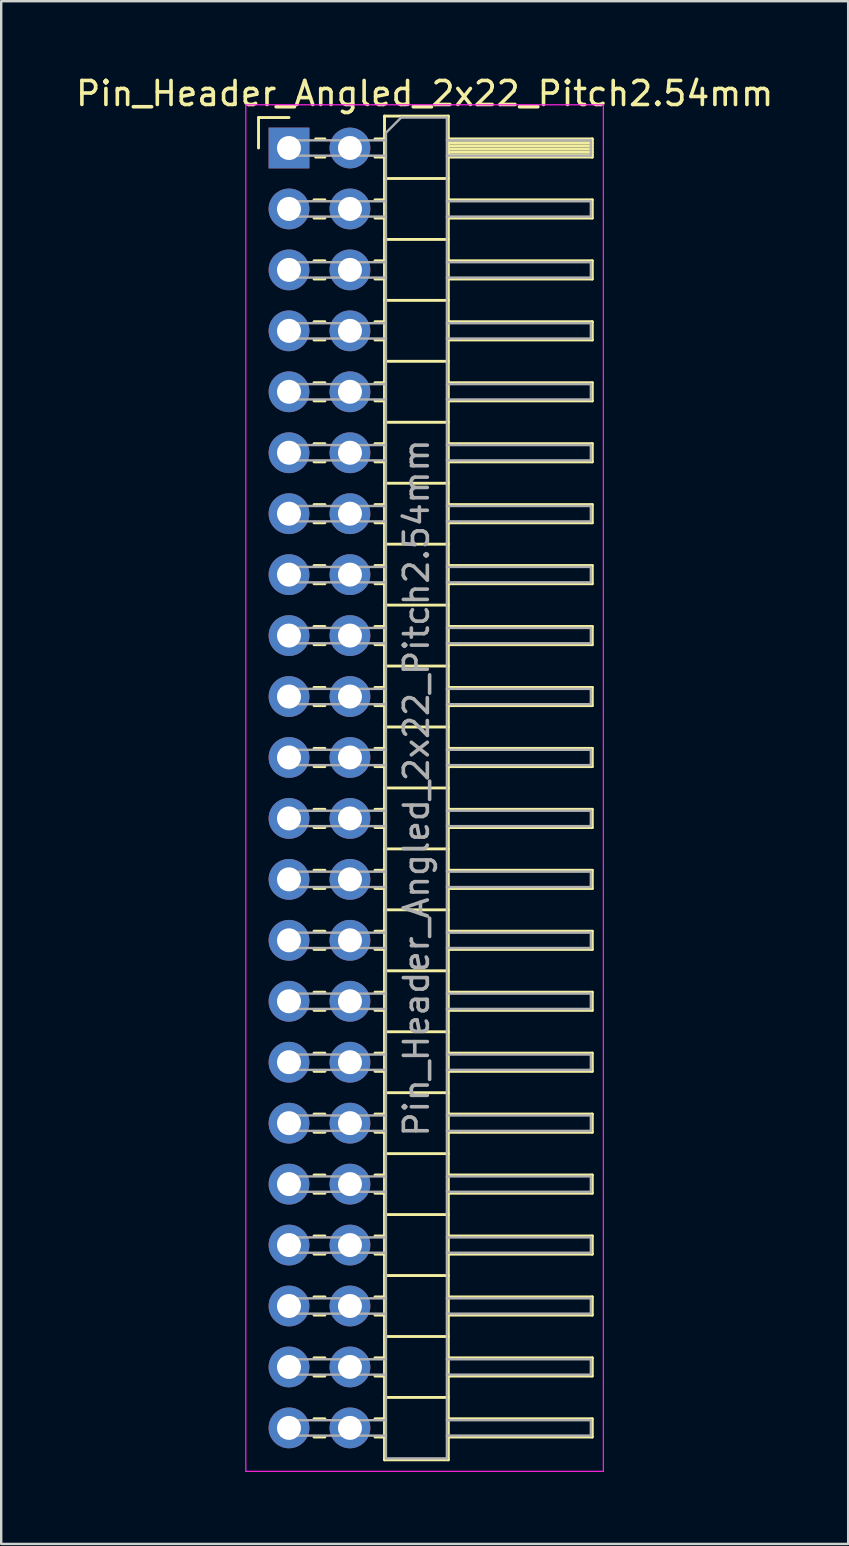
<source format=kicad_pcb>
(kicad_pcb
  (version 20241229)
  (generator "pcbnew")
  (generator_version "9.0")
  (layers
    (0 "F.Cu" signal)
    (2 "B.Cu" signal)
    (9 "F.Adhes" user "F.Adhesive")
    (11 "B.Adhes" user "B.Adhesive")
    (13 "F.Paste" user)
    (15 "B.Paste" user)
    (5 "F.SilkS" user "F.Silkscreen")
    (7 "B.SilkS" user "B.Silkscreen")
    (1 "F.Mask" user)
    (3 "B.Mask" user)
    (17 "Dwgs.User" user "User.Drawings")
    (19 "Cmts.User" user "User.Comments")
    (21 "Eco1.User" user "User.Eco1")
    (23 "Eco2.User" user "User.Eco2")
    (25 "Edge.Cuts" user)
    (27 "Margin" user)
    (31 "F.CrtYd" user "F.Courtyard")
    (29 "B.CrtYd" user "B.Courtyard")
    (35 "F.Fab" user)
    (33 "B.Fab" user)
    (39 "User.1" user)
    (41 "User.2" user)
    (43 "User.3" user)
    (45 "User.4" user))
  (footprint "Pin_Header_Angled_2x22_Pitch2.54mm"
    (layer "F.Cu")
    (at 8.994 3.118)
    (property "Reference" "Pin_Header_Angled_2x22_Pitch2.54mm" (at 5.655 -2.27 0) (layer "F.SilkS") (effects (font (size 1 1) (thickness 0.15))))
    (attr through_hole)
    (fp_line (start -1.27 -1.27) (end 0 -1.27) (stroke (width 0.12) (type solid)) (layer "F.SilkS"))
    (fp_line (start -1.27 0) (end -1.27 -1.27) (stroke (width 0.12) (type solid)) (layer "F.SilkS"))
    (fp_line (start 1.043 2.16) (end 1.497 2.16) (stroke (width 0.12) (type solid)) (layer "F.SilkS"))
    (fp_line (start 1.043 2.92) (end 1.497 2.92) (stroke (width 0.12) (type solid)) (layer "F.SilkS"))
    (fp_line (start 1.043 4.7) (end 1.497 4.7) (stroke (width 0.12) (type solid)) (layer "F.SilkS"))
    (fp_line (start 1.043 5.46) (end 1.497 5.46) (stroke (width 0.12) (type solid)) (layer "F.SilkS"))
    (fp_line (start 1.043 7.24) (end 1.497 7.24) (stroke (width 0.12) (type solid)) (layer "F.SilkS"))
    (fp_line (start 1.043 8) (end 1.497 8) (stroke (width 0.12) (type solid)) (layer "F.SilkS"))
    (fp_line (start 1.043 9.78) (end 1.497 9.78) (stroke (width 0.12) (type solid)) (layer "F.SilkS"))
    (fp_line (start 1.043 10.54) (end 1.497 10.54) (stroke (width 0.12) (type solid)) (layer "F.SilkS"))
    (fp_line (start 1.043 12.32) (end 1.497 12.32) (stroke (width 0.12) (type solid)) (layer "F.SilkS"))
    (fp_line (start 1.043 13.08) (end 1.497 13.08) (stroke (width 0.12) (type solid)) (layer "F.SilkS"))
    (fp_line (start 1.043 14.86) (end 1.497 14.86) (stroke (width 0.12) (type solid)) (layer "F.SilkS"))
    (fp_line (start 1.043 15.62) (end 1.497 15.62) (stroke (width 0.12) (type solid)) (layer "F.SilkS"))
    (fp_line (start 1.043 17.4) (end 1.497 17.4) (stroke (width 0.12) (type solid)) (layer "F.SilkS"))
    (fp_line (start 1.043 18.16) (end 1.497 18.16) (stroke (width 0.12) (type solid)) (layer "F.SilkS"))
    (fp_line (start 1.043 19.94) (end 1.497 19.94) (stroke (width 0.12) (type solid)) (layer "F.SilkS"))
    (fp_line (start 1.043 20.7) (end 1.497 20.7) (stroke (width 0.12) (type solid)) (layer "F.SilkS"))
    (fp_line (start 1.043 22.48) (end 1.497 22.48) (stroke (width 0.12) (type solid)) (layer "F.SilkS"))
    (fp_line (start 1.043 23.24) (end 1.497 23.24) (stroke (width 0.12) (type solid)) (layer "F.SilkS"))
    (fp_line (start 1.043 25.02) (end 1.497 25.02) (stroke (width 0.12) (type solid)) (layer "F.SilkS"))
    (fp_line (start 1.043 25.78) (end 1.497 25.78) (stroke (width 0.12) (type solid)) (layer "F.SilkS"))
    (fp_line (start 1.043 27.56) (end 1.497 27.56) (stroke (width 0.12) (type solid)) (layer "F.SilkS"))
    (fp_line (start 1.043 28.32) (end 1.497 28.32) (stroke (width 0.12) (type solid)) (layer "F.SilkS"))
    (fp_line (start 1.043 30.1) (end 1.497 30.1) (stroke (width 0.12) (type solid)) (layer "F.SilkS"))
    (fp_line (start 1.043 30.86) (end 1.497 30.86) (stroke (width 0.12) (type solid)) (layer "F.SilkS"))
    (fp_line (start 1.043 32.64) (end 1.497 32.64) (stroke (width 0.12) (type solid)) (layer "F.SilkS"))
    (fp_line (start 1.043 33.4) (end 1.497 33.4) (stroke (width 0.12) (type solid)) (layer "F.SilkS"))
    (fp_line (start 1.043 35.18) (end 1.497 35.18) (stroke (width 0.12) (type solid)) (layer "F.SilkS"))
    (fp_line (start 1.043 35.94) (end 1.497 35.94) (stroke (width 0.12) (type solid)) (layer "F.SilkS"))
    (fp_line (start 1.043 37.72) (end 1.497 37.72) (stroke (width 0.12) (type solid)) (layer "F.SilkS"))
    (fp_line (start 1.043 38.48) (end 1.497 38.48) (stroke (width 0.12) (type solid)) (layer "F.SilkS"))
    (fp_line (start 1.043 40.26) (end 1.497 40.26) (stroke (width 0.12) (type solid)) (layer "F.SilkS"))
    (fp_line (start 1.043 41.02) (end 1.497 41.02) (stroke (width 0.12) (type solid)) (layer "F.SilkS"))
    (fp_line (start 1.043 42.8) (end 1.497 42.8) (stroke (width 0.12) (type solid)) (layer "F.SilkS"))
    (fp_line (start 1.043 43.56) (end 1.497 43.56) (stroke (width 0.12) (type solid)) (layer "F.SilkS"))
    (fp_line (start 1.043 45.34) (end 1.497 45.34) (stroke (width 0.12) (type solid)) (layer "F.SilkS"))
    (fp_line (start 1.043 46.1) (end 1.497 46.1) (stroke (width 0.12) (type solid)) (layer "F.SilkS"))
    (fp_line (start 1.043 47.88) (end 1.497 47.88) (stroke (width 0.12) (type solid)) (layer "F.SilkS"))
    (fp_line (start 1.043 48.64) (end 1.497 48.64) (stroke (width 0.12) (type solid)) (layer "F.SilkS"))
    (fp_line (start 1.043 50.42) (end 1.497 50.42) (stroke (width 0.12) (type solid)) (layer "F.SilkS"))
    (fp_line (start 1.043 51.18) (end 1.497 51.18) (stroke (width 0.12) (type solid)) (layer "F.SilkS"))
    (fp_line (start 1.043 52.96) (end 1.497 52.96) (stroke (width 0.12) (type solid)) (layer "F.SilkS"))
    (fp_line (start 1.043 53.72) (end 1.497 53.72) (stroke (width 0.12) (type solid)) (layer "F.SilkS"))
    (fp_line (start 1.11 -0.38) (end 1.497 -0.38) (stroke (width 0.12) (type solid)) (layer "F.SilkS"))
    (fp_line (start 1.11 0.38) (end 1.497 0.38) (stroke (width 0.12) (type solid)) (layer "F.SilkS"))
    (fp_line (start 3.583 -0.38) (end 3.98 -0.38) (stroke (width 0.12) (type solid)) (layer "F.SilkS"))
    (fp_line (start 3.583 0.38) (end 3.98 0.38) (stroke (width 0.12) (type solid)) (layer "F.SilkS"))
    (fp_line (start 3.583 2.16) (end 3.98 2.16) (stroke (width 0.12) (type solid)) (layer "F.SilkS"))
    (fp_line (start 3.583 2.92) (end 3.98 2.92) (stroke (width 0.12) (type solid)) (layer "F.SilkS"))
    (fp_line (start 3.583 4.7) (end 3.98 4.7) (stroke (width 0.12) (type solid)) (layer "F.SilkS"))
    (fp_line (start 3.583 5.46) (end 3.98 5.46) (stroke (width 0.12) (type solid)) (layer "F.SilkS"))
    (fp_line (start 3.583 7.24) (end 3.98 7.24) (stroke (width 0.12) (type solid)) (layer "F.SilkS"))
    (fp_line (start 3.583 8) (end 3.98 8) (stroke (width 0.12) (type solid)) (layer "F.SilkS"))
    (fp_line (start 3.583 9.78) (end 3.98 9.78) (stroke (width 0.12) (type solid)) (layer "F.SilkS"))
    (fp_line (start 3.583 10.54) (end 3.98 10.54) (stroke (width 0.12) (type solid)) (layer "F.SilkS"))
    (fp_line (start 3.583 12.32) (end 3.98 12.32) (stroke (width 0.12) (type solid)) (layer "F.SilkS"))
    (fp_line (start 3.583 13.08) (end 3.98 13.08) (stroke (width 0.12) (type solid)) (layer "F.SilkS"))
    (fp_line (start 3.583 14.86) (end 3.98 14.86) (stroke (width 0.12) (type solid)) (layer "F.SilkS"))
    (fp_line (start 3.583 15.62) (end 3.98 15.62) (stroke (width 0.12) (type solid)) (layer "F.SilkS"))
    (fp_line (start 3.583 17.4) (end 3.98 17.4) (stroke (width 0.12) (type solid)) (layer "F.SilkS"))
    (fp_line (start 3.583 18.16) (end 3.98 18.16) (stroke (width 0.12) (type solid)) (layer "F.SilkS"))
    (fp_line (start 3.583 19.94) (end 3.98 19.94) (stroke (width 0.12) (type solid)) (layer "F.SilkS"))
    (fp_line (start 3.583 20.7) (end 3.98 20.7) (stroke (width 0.12) (type solid)) (layer "F.SilkS"))
    (fp_line (start 3.583 22.48) (end 3.98 22.48) (stroke (width 0.12) (type solid)) (layer "F.SilkS"))
    (fp_line (start 3.583 23.24) (end 3.98 23.24) (stroke (width 0.12) (type solid)) (layer "F.SilkS"))
    (fp_line (start 3.583 25.02) (end 3.98 25.02) (stroke (width 0.12) (type solid)) (layer "F.SilkS"))
    (fp_line (start 3.583 25.78) (end 3.98 25.78) (stroke (width 0.12) (type solid)) (layer "F.SilkS"))
    (fp_line (start 3.583 27.56) (end 3.98 27.56) (stroke (width 0.12) (type solid)) (layer "F.SilkS"))
    (fp_line (start 3.583 28.32) (end 3.98 28.32) (stroke (width 0.12) (type solid)) (layer "F.SilkS"))
    (fp_line (start 3.583 30.1) (end 3.98 30.1) (stroke (width 0.12) (type solid)) (layer "F.SilkS"))
    (fp_line (start 3.583 30.86) (end 3.98 30.86) (stroke (width 0.12) (type solid)) (layer "F.SilkS"))
    (fp_line (start 3.583 32.64) (end 3.98 32.64) (stroke (width 0.12) (type solid)) (layer "F.SilkS"))
    (fp_line (start 3.583 33.4) (end 3.98 33.4) (stroke (width 0.12) (type solid)) (layer "F.SilkS"))
    (fp_line (start 3.583 35.18) (end 3.98 35.18) (stroke (width 0.12) (type solid)) (layer "F.SilkS"))
    (fp_line (start 3.583 35.94) (end 3.98 35.94) (stroke (width 0.12) (type solid)) (layer "F.SilkS"))
    (fp_line (start 3.583 37.72) (end 3.98 37.72) (stroke (width 0.12) (type solid)) (layer "F.SilkS"))
    (fp_line (start 3.583 38.48) (end 3.98 38.48) (stroke (width 0.12) (type solid)) (layer "F.SilkS"))
    (fp_line (start 3.583 40.26) (end 3.98 40.26) (stroke (width 0.12) (type solid)) (layer "F.SilkS"))
    (fp_line (start 3.583 41.02) (end 3.98 41.02) (stroke (width 0.12) (type solid)) (layer "F.SilkS"))
    (fp_line (start 3.583 42.8) (end 3.98 42.8) (stroke (width 0.12) (type solid)) (layer "F.SilkS"))
    (fp_line (start 3.583 43.56) (end 3.98 43.56) (stroke (width 0.12) (type solid)) (layer "F.SilkS"))
    (fp_line (start 3.583 45.34) (end 3.98 45.34) (stroke (width 0.12) (type solid)) (layer "F.SilkS"))
    (fp_line (start 3.583 46.1) (end 3.98 46.1) (stroke (width 0.12) (type solid)) (layer "F.SilkS"))
    (fp_line (start 3.583 47.88) (end 3.98 47.88) (stroke (width 0.12) (type solid)) (layer "F.SilkS"))
    (fp_line (start 3.583 48.64) (end 3.98 48.64) (stroke (width 0.12) (type solid)) (layer "F.SilkS"))
    (fp_line (start 3.583 50.42) (end 3.98 50.42) (stroke (width 0.12) (type solid)) (layer "F.SilkS"))
    (fp_line (start 3.583 51.18) (end 3.98 51.18) (stroke (width 0.12) (type solid)) (layer "F.SilkS"))
    (fp_line (start 3.583 52.96) (end 3.98 52.96) (stroke (width 0.12) (type solid)) (layer "F.SilkS"))
    (fp_line (start 3.583 53.72) (end 3.98 53.72) (stroke (width 0.12) (type solid)) (layer "F.SilkS"))
    (fp_line (start 3.98 -1.33) (end 3.98 54.67) (stroke (width 0.12) (type solid)) (layer "F.SilkS"))
    (fp_line (start 3.98 1.27) (end 6.64 1.27) (stroke (width 0.12) (type solid)) (layer "F.SilkS"))
    (fp_line (start 3.98 3.81) (end 6.64 3.81) (stroke (width 0.12) (type solid)) (layer "F.SilkS"))
    (fp_line (start 3.98 6.35) (end 6.64 6.35) (stroke (width 0.12) (type solid)) (layer "F.SilkS"))
    (fp_line (start 3.98 8.89) (end 6.64 8.89) (stroke (width 0.12) (type solid)) (layer "F.SilkS"))
    (fp_line (start 3.98 11.43) (end 6.64 11.43) (stroke (width 0.12) (type solid)) (layer "F.SilkS"))
    (fp_line (start 3.98 13.97) (end 6.64 13.97) (stroke (width 0.12) (type solid)) (layer "F.SilkS"))
    (fp_line (start 3.98 16.51) (end 6.64 16.51) (stroke (width 0.12) (type solid)) (layer "F.SilkS"))
    (fp_line (start 3.98 19.05) (end 6.64 19.05) (stroke (width 0.12) (type solid)) (layer "F.SilkS"))
    (fp_line (start 3.98 21.59) (end 6.64 21.59) (stroke (width 0.12) (type solid)) (layer "F.SilkS"))
    (fp_line (start 3.98 24.13) (end 6.64 24.13) (stroke (width 0.12) (type solid)) (layer "F.SilkS"))
    (fp_line (start 3.98 26.67) (end 6.64 26.67) (stroke (width 0.12) (type solid)) (layer "F.SilkS"))
    (fp_line (start 3.98 29.21) (end 6.64 29.21) (stroke (width 0.12) (type solid)) (layer "F.SilkS"))
    (fp_line (start 3.98 31.75) (end 6.64 31.75) (stroke (width 0.12) (type solid)) (layer "F.SilkS"))
    (fp_line (start 3.98 34.29) (end 6.64 34.29) (stroke (width 0.12) (type solid)) (layer "F.SilkS"))
    (fp_line (start 3.98 36.83) (end 6.64 36.83) (stroke (width 0.12) (type solid)) (layer "F.SilkS"))
    (fp_line (start 3.98 39.37) (end 6.64 39.37) (stroke (width 0.12) (type solid)) (layer "F.SilkS"))
    (fp_line (start 3.98 41.91) (end 6.64 41.91) (stroke (width 0.12) (type solid)) (layer "F.SilkS"))
    (fp_line (start 3.98 44.45) (end 6.64 44.45) (stroke (width 0.12) (type solid)) (layer "F.SilkS"))
    (fp_line (start 3.98 46.99) (end 6.64 46.99) (stroke (width 0.12) (type solid)) (layer "F.SilkS"))
    (fp_line (start 3.98 49.53) (end 6.64 49.53) (stroke (width 0.12) (type solid)) (layer "F.SilkS"))
    (fp_line (start 3.98 52.07) (end 6.64 52.07) (stroke (width 0.12) (type solid)) (layer "F.SilkS"))
    (fp_line (start 3.98 54.67) (end 6.64 54.67) (stroke (width 0.12) (type solid)) (layer "F.SilkS"))
    (fp_line (start 6.64 -1.33) (end 3.98 -1.33) (stroke (width 0.12) (type solid)) (layer "F.SilkS"))
    (fp_line (start 6.64 -0.38) (end 12.64 -0.38) (stroke (width 0.12) (type solid)) (layer "F.SilkS"))
    (fp_line (start 6.64 -0.32) (end 12.64 -0.32) (stroke (width 0.12) (type solid)) (layer "F.SilkS"))
    (fp_line (start 6.64 -0.2) (end 12.64 -0.2) (stroke (width 0.12) (type solid)) (layer "F.SilkS"))
    (fp_line (start 6.64 -0.08) (end 12.64 -0.08) (stroke (width 0.12) (type solid)) (layer "F.SilkS"))
    (fp_line (start 6.64 0.04) (end 12.64 0.04) (stroke (width 0.12) (type solid)) (layer "F.SilkS"))
    (fp_line (start 6.64 0.16) (end 12.64 0.16) (stroke (width 0.12) (type solid)) (layer "F.SilkS"))
    (fp_line (start 6.64 0.28) (end 12.64 0.28) (stroke (width 0.12) (type solid)) (layer "F.SilkS"))
    (fp_line (start 6.64 2.16) (end 12.64 2.16) (stroke (width 0.12) (type solid)) (layer "F.SilkS"))
    (fp_line (start 6.64 4.7) (end 12.64 4.7) (stroke (width 0.12) (type solid)) (layer "F.SilkS"))
    (fp_line (start 6.64 7.24) (end 12.64 7.24) (stroke (width 0.12) (type solid)) (layer "F.SilkS"))
    (fp_line (start 6.64 9.78) (end 12.64 9.78) (stroke (width 0.12) (type solid)) (layer "F.SilkS"))
    (fp_line (start 6.64 12.32) (end 12.64 12.32) (stroke (width 0.12) (type solid)) (layer "F.SilkS"))
    (fp_line (start 6.64 14.86) (end 12.64 14.86) (stroke (width 0.12) (type solid)) (layer "F.SilkS"))
    (fp_line (start 6.64 17.4) (end 12.64 17.4) (stroke (width 0.12) (type solid)) (layer "F.SilkS"))
    (fp_line (start 6.64 19.94) (end 12.64 19.94) (stroke (width 0.12) (type solid)) (layer "F.SilkS"))
    (fp_line (start 6.64 22.48) (end 12.64 22.48) (stroke (width 0.12) (type solid)) (layer "F.SilkS"))
    (fp_line (start 6.64 25.02) (end 12.64 25.02) (stroke (width 0.12) (type solid)) (layer "F.SilkS"))
    (fp_line (start 6.64 27.56) (end 12.64 27.56) (stroke (width 0.12) (type solid)) (layer "F.SilkS"))
    (fp_line (start 6.64 30.1) (end 12.64 30.1) (stroke (width 0.12) (type solid)) (layer "F.SilkS"))
    (fp_line (start 6.64 32.64) (end 12.64 32.64) (stroke (width 0.12) (type solid)) (layer "F.SilkS"))
    (fp_line (start 6.64 35.18) (end 12.64 35.18) (stroke (width 0.12) (type solid)) (layer "F.SilkS"))
    (fp_line (start 6.64 37.72) (end 12.64 37.72) (stroke (width 0.12) (type solid)) (layer "F.SilkS"))
    (fp_line (start 6.64 40.26) (end 12.64 40.26) (stroke (width 0.12) (type solid)) (layer "F.SilkS"))
    (fp_line (start 6.64 42.8) (end 12.64 42.8) (stroke (width 0.12) (type solid)) (layer "F.SilkS"))
    (fp_line (start 6.64 45.34) (end 12.64 45.34) (stroke (width 0.12) (type solid)) (layer "F.SilkS"))
    (fp_line (start 6.64 47.88) (end 12.64 47.88) (stroke (width 0.12) (type solid)) (layer "F.SilkS"))
    (fp_line (start 6.64 50.42) (end 12.64 50.42) (stroke (width 0.12) (type solid)) (layer "F.SilkS"))
    (fp_line (start 6.64 52.96) (end 12.64 52.96) (stroke (width 0.12) (type solid)) (layer "F.SilkS"))
    (fp_line (start 6.64 54.67) (end 6.64 -1.33) (stroke (width 0.12) (type solid)) (layer "F.SilkS"))
    (fp_line (start 12.64 -0.38) (end 12.64 0.38) (stroke (width 0.12) (type solid)) (layer "F.SilkS"))
    (fp_line (start 12.64 0.38) (end 6.64 0.38) (stroke (width 0.12) (type solid)) (layer "F.SilkS"))
    (fp_line (start 12.64 2.16) (end 12.64 2.92) (stroke (width 0.12) (type solid)) (layer "F.SilkS"))
    (fp_line (start 12.64 2.92) (end 6.64 2.92) (stroke (width 0.12) (type solid)) (layer "F.SilkS"))
    (fp_line (start 12.64 4.7) (end 12.64 5.46) (stroke (width 0.12) (type solid)) (layer "F.SilkS"))
    (fp_line (start 12.64 5.46) (end 6.64 5.46) (stroke (width 0.12) (type solid)) (layer "F.SilkS"))
    (fp_line (start 12.64 7.24) (end 12.64 8) (stroke (width 0.12) (type solid)) (layer "F.SilkS"))
    (fp_line (start 12.64 8) (end 6.64 8) (stroke (width 0.12) (type solid)) (layer "F.SilkS"))
    (fp_line (start 12.64 9.78) (end 12.64 10.54) (stroke (width 0.12) (type solid)) (layer "F.SilkS"))
    (fp_line (start 12.64 10.54) (end 6.64 10.54) (stroke (width 0.12) (type solid)) (layer "F.SilkS"))
    (fp_line (start 12.64 12.32) (end 12.64 13.08) (stroke (width 0.12) (type solid)) (layer "F.SilkS"))
    (fp_line (start 12.64 13.08) (end 6.64 13.08) (stroke (width 0.12) (type solid)) (layer "F.SilkS"))
    (fp_line (start 12.64 14.86) (end 12.64 15.62) (stroke (width 0.12) (type solid)) (layer "F.SilkS"))
    (fp_line (start 12.64 15.62) (end 6.64 15.62) (stroke (width 0.12) (type solid)) (layer "F.SilkS"))
    (fp_line (start 12.64 17.4) (end 12.64 18.16) (stroke (width 0.12) (type solid)) (layer "F.SilkS"))
    (fp_line (start 12.64 18.16) (end 6.64 18.16) (stroke (width 0.12) (type solid)) (layer "F.SilkS"))
    (fp_line (start 12.64 19.94) (end 12.64 20.7) (stroke (width 0.12) (type solid)) (layer "F.SilkS"))
    (fp_line (start 12.64 20.7) (end 6.64 20.7) (stroke (width 0.12) (type solid)) (layer "F.SilkS"))
    (fp_line (start 12.64 22.48) (end 12.64 23.24) (stroke (width 0.12) (type solid)) (layer "F.SilkS"))
    (fp_line (start 12.64 23.24) (end 6.64 23.24) (stroke (width 0.12) (type solid)) (layer "F.SilkS"))
    (fp_line (start 12.64 25.02) (end 12.64 25.78) (stroke (width 0.12) (type solid)) (layer "F.SilkS"))
    (fp_line (start 12.64 25.78) (end 6.64 25.78) (stroke (width 0.12) (type solid)) (layer "F.SilkS"))
    (fp_line (start 12.64 27.56) (end 12.64 28.32) (stroke (width 0.12) (type solid)) (layer "F.SilkS"))
    (fp_line (start 12.64 28.32) (end 6.64 28.32) (stroke (width 0.12) (type solid)) (layer "F.SilkS"))
    (fp_line (start 12.64 30.1) (end 12.64 30.86) (stroke (width 0.12) (type solid)) (layer "F.SilkS"))
    (fp_line (start 12.64 30.86) (end 6.64 30.86) (stroke (width 0.12) (type solid)) (layer "F.SilkS"))
    (fp_line (start 12.64 32.64) (end 12.64 33.4) (stroke (width 0.12) (type solid)) (layer "F.SilkS"))
    (fp_line (start 12.64 33.4) (end 6.64 33.4) (stroke (width 0.12) (type solid)) (layer "F.SilkS"))
    (fp_line (start 12.64 35.18) (end 12.64 35.94) (stroke (width 0.12) (type solid)) (layer "F.SilkS"))
    (fp_line (start 12.64 35.94) (end 6.64 35.94) (stroke (width 0.12) (type solid)) (layer "F.SilkS"))
    (fp_line (start 12.64 37.72) (end 12.64 38.48) (stroke (width 0.12) (type solid)) (layer "F.SilkS"))
    (fp_line (start 12.64 38.48) (end 6.64 38.48) (stroke (width 0.12) (type solid)) (layer "F.SilkS"))
    (fp_line (start 12.64 40.26) (end 12.64 41.02) (stroke (width 0.12) (type solid)) (layer "F.SilkS"))
    (fp_line (start 12.64 41.02) (end 6.64 41.02) (stroke (width 0.12) (type solid)) (layer "F.SilkS"))
    (fp_line (start 12.64 42.8) (end 12.64 43.56) (stroke (width 0.12) (type solid)) (layer "F.SilkS"))
    (fp_line (start 12.64 43.56) (end 6.64 43.56) (stroke (width 0.12) (type solid)) (layer "F.SilkS"))
    (fp_line (start 12.64 45.34) (end 12.64 46.1) (stroke (width 0.12) (type solid)) (layer "F.SilkS"))
    (fp_line (start 12.64 46.1) (end 6.64 46.1) (stroke (width 0.12) (type solid)) (layer "F.SilkS"))
    (fp_line (start 12.64 47.88) (end 12.64 48.64) (stroke (width 0.12) (type solid)) (layer "F.SilkS"))
    (fp_line (start 12.64 48.64) (end 6.64 48.64) (stroke (width 0.12) (type solid)) (layer "F.SilkS"))
    (fp_line (start 12.64 50.42) (end 12.64 51.18) (stroke (width 0.12) (type solid)) (layer "F.SilkS"))
    (fp_line (start 12.64 51.18) (end 6.64 51.18) (stroke (width 0.12) (type solid)) (layer "F.SilkS"))
    (fp_line (start 12.64 52.96) (end 12.64 53.72) (stroke (width 0.12) (type solid)) (layer "F.SilkS"))
    (fp_line (start 12.64 53.72) (end 6.64 53.72) (stroke (width 0.12) (type solid)) (layer "F.SilkS"))
    (fp_line (start -1.8 -1.8) (end -1.8 55.15) (stroke (width 0.05) (type solid)) (layer "F.CrtYd"))
    (fp_line (start -1.8 55.15) (end 13.1 55.15) (stroke (width 0.05) (type solid)) (layer "F.CrtYd"))
    (fp_line (start 13.1 -1.8) (end -1.8 -1.8) (stroke (width 0.05) (type solid)) (layer "F.CrtYd"))
    (fp_line (start 13.1 55.15) (end 13.1 -1.8) (stroke (width 0.05) (type solid)) (layer "F.CrtYd"))
    (fp_line (start -0.32 -0.32) (end -0.32 0.32) (stroke (width 0.1) (type solid)) (layer "F.Fab"))
    (fp_line (start -0.32 -0.32) (end 4.04 -0.32) (stroke (width 0.1) (type solid)) (layer "F.Fab"))
    (fp_line (start -0.32 0.32) (end 4.04 0.32) (stroke (width 0.1) (type solid)) (layer "F.Fab"))
    (fp_line (start -0.32 2.22) (end -0.32 2.86) (stroke (width 0.1) (type solid)) (layer "F.Fab"))
    (fp_line (start -0.32 2.22) (end 4.04 2.22) (stroke (width 0.1) (type solid)) (layer "F.Fab"))
    (fp_line (start -0.32 2.86) (end 4.04 2.86) (stroke (width 0.1) (type solid)) (layer "F.Fab"))
    (fp_line (start -0.32 4.76) (end -0.32 5.4) (stroke (width 0.1) (type solid)) (layer "F.Fab"))
    (fp_line (start -0.32 4.76) (end 4.04 4.76) (stroke (width 0.1) (type solid)) (layer "F.Fab"))
    (fp_line (start -0.32 5.4) (end 4.04 5.4) (stroke (width 0.1) (type solid)) (layer "F.Fab"))
    (fp_line (start -0.32 7.3) (end -0.32 7.94) (stroke (width 0.1) (type solid)) (layer "F.Fab"))
    (fp_line (start -0.32 7.3) (end 4.04 7.3) (stroke (width 0.1) (type solid)) (layer "F.Fab"))
    (fp_line (start -0.32 7.94) (end 4.04 7.94) (stroke (width 0.1) (type solid)) (layer "F.Fab"))
    (fp_line (start -0.32 9.84) (end -0.32 10.48) (stroke (width 0.1) (type solid)) (layer "F.Fab"))
    (fp_line (start -0.32 9.84) (end 4.04 9.84) (stroke (width 0.1) (type solid)) (layer "F.Fab"))
    (fp_line (start -0.32 10.48) (end 4.04 10.48) (stroke (width 0.1) (type solid)) (layer "F.Fab"))
    (fp_line (start -0.32 12.38) (end -0.32 13.02) (stroke (width 0.1) (type solid)) (layer "F.Fab"))
    (fp_line (start -0.32 12.38) (end 4.04 12.38) (stroke (width 0.1) (type solid)) (layer "F.Fab"))
    (fp_line (start -0.32 13.02) (end 4.04 13.02) (stroke (width 0.1) (type solid)) (layer "F.Fab"))
    (fp_line (start -0.32 14.92) (end -0.32 15.56) (stroke (width 0.1) (type solid)) (layer "F.Fab"))
    (fp_line (start -0.32 14.92) (end 4.04 14.92) (stroke (width 0.1) (type solid)) (layer "F.Fab"))
    (fp_line (start -0.32 15.56) (end 4.04 15.56) (stroke (width 0.1) (type solid)) (layer "F.Fab"))
    (fp_line (start -0.32 17.46) (end -0.32 18.1) (stroke (width 0.1) (type solid)) (layer "F.Fab"))
    (fp_line (start -0.32 17.46) (end 4.04 17.46) (stroke (width 0.1) (type solid)) (layer "F.Fab"))
    (fp_line (start -0.32 18.1) (end 4.04 18.1) (stroke (width 0.1) (type solid)) (layer "F.Fab"))
    (fp_line (start -0.32 20) (end -0.32 20.64) (stroke (width 0.1) (type solid)) (layer "F.Fab"))
    (fp_line (start -0.32 20) (end 4.04 20) (stroke (width 0.1) (type solid)) (layer "F.Fab"))
    (fp_line (start -0.32 20.64) (end 4.04 20.64) (stroke (width 0.1) (type solid)) (layer "F.Fab"))
    (fp_line (start -0.32 22.54) (end -0.32 23.18) (stroke (width 0.1) (type solid)) (layer "F.Fab"))
    (fp_line (start -0.32 22.54) (end 4.04 22.54) (stroke (width 0.1) (type solid)) (layer "F.Fab"))
    (fp_line (start -0.32 23.18) (end 4.04 23.18) (stroke (width 0.1) (type solid)) (layer "F.Fab"))
    (fp_line (start -0.32 25.08) (end -0.32 25.72) (stroke (width 0.1) (type solid)) (layer "F.Fab"))
    (fp_line (start -0.32 25.08) (end 4.04 25.08) (stroke (width 0.1) (type solid)) (layer "F.Fab"))
    (fp_line (start -0.32 25.72) (end 4.04 25.72) (stroke (width 0.1) (type solid)) (layer "F.Fab"))
    (fp_line (start -0.32 27.62) (end -0.32 28.26) (stroke (width 0.1) (type solid)) (layer "F.Fab"))
    (fp_line (start -0.32 27.62) (end 4.04 27.62) (stroke (width 0.1) (type solid)) (layer "F.Fab"))
    (fp_line (start -0.32 28.26) (end 4.04 28.26) (stroke (width 0.1) (type solid)) (layer "F.Fab"))
    (fp_line (start -0.32 30.16) (end -0.32 30.8) (stroke (width 0.1) (type solid)) (layer "F.Fab"))
    (fp_line (start -0.32 30.16) (end 4.04 30.16) (stroke (width 0.1) (type solid)) (layer "F.Fab"))
    (fp_line (start -0.32 30.8) (end 4.04 30.8) (stroke (width 0.1) (type solid)) (layer "F.Fab"))
    (fp_line (start -0.32 32.7) (end -0.32 33.34) (stroke (width 0.1) (type solid)) (layer "F.Fab"))
    (fp_line (start -0.32 32.7) (end 4.04 32.7) (stroke (width 0.1) (type solid)) (layer "F.Fab"))
    (fp_line (start -0.32 33.34) (end 4.04 33.34) (stroke (width 0.1) (type solid)) (layer "F.Fab"))
    (fp_line (start -0.32 35.24) (end -0.32 35.88) (stroke (width 0.1) (type solid)) (layer "F.Fab"))
    (fp_line (start -0.32 35.24) (end 4.04 35.24) (stroke (width 0.1) (type solid)) (layer "F.Fab"))
    (fp_line (start -0.32 35.88) (end 4.04 35.88) (stroke (width 0.1) (type solid)) (layer "F.Fab"))
    (fp_line (start -0.32 37.78) (end -0.32 38.42) (stroke (width 0.1) (type solid)) (layer "F.Fab"))
    (fp_line (start -0.32 37.78) (end 4.04 37.78) (stroke (width 0.1) (type solid)) (layer "F.Fab"))
    (fp_line (start -0.32 38.42) (end 4.04 38.42) (stroke (width 0.1) (type solid)) (layer "F.Fab"))
    (fp_line (start -0.32 40.32) (end -0.32 40.96) (stroke (width 0.1) (type solid)) (layer "F.Fab"))
    (fp_line (start -0.32 40.32) (end 4.04 40.32) (stroke (width 0.1) (type solid)) (layer "F.Fab"))
    (fp_line (start -0.32 40.96) (end 4.04 40.96) (stroke (width 0.1) (type solid)) (layer "F.Fab"))
    (fp_line (start -0.32 42.86) (end -0.32 43.5) (stroke (width 0.1) (type solid)) (layer "F.Fab"))
    (fp_line (start -0.32 42.86) (end 4.04 42.86) (stroke (width 0.1) (type solid)) (layer "F.Fab"))
    (fp_line (start -0.32 43.5) (end 4.04 43.5) (stroke (width 0.1) (type solid)) (layer "F.Fab"))
    (fp_line (start -0.32 45.4) (end -0.32 46.04) (stroke (width 0.1) (type solid)) (layer "F.Fab"))
    (fp_line (start -0.32 45.4) (end 4.04 45.4) (stroke (width 0.1) (type solid)) (layer "F.Fab"))
    (fp_line (start -0.32 46.04) (end 4.04 46.04) (stroke (width 0.1) (type solid)) (layer "F.Fab"))
    (fp_line (start -0.32 47.94) (end -0.32 48.58) (stroke (width 0.1) (type solid)) (layer "F.Fab"))
    (fp_line (start -0.32 47.94) (end 4.04 47.94) (stroke (width 0.1) (type solid)) (layer "F.Fab"))
    (fp_line (start -0.32 48.58) (end 4.04 48.58) (stroke (width 0.1) (type solid)) (layer "F.Fab"))
    (fp_line (start -0.32 50.48) (end -0.32 51.12) (stroke (width 0.1) (type solid)) (layer "F.Fab"))
    (fp_line (start -0.32 50.48) (end 4.04 50.48) (stroke (width 0.1) (type solid)) (layer "F.Fab"))
    (fp_line (start -0.32 51.12) (end 4.04 51.12) (stroke (width 0.1) (type solid)) (layer "F.Fab"))
    (fp_line (start -0.32 53.02) (end -0.32 53.66) (stroke (width 0.1) (type solid)) (layer "F.Fab"))
    (fp_line (start -0.32 53.02) (end 4.04 53.02) (stroke (width 0.1) (type solid)) (layer "F.Fab"))
    (fp_line (start -0.32 53.66) (end 4.04 53.66) (stroke (width 0.1) (type solid)) (layer "F.Fab"))
    (fp_line (start 4.04 -0.635) (end 4.675 -1.27) (stroke (width 0.1) (type solid)) (layer "F.Fab"))
    (fp_line (start 4.04 54.61) (end 4.04 -0.635) (stroke (width 0.1) (type solid)) (layer "F.Fab"))
    (fp_line (start 4.675 -1.27) (end 6.58 -1.27) (stroke (width 0.1) (type solid)) (layer "F.Fab"))
    (fp_line (start 6.58 -1.27) (end 6.58 54.61) (stroke (width 0.1) (type solid)) (layer "F.Fab"))
    (fp_line (start 6.58 -0.32) (end 12.58 -0.32) (stroke (width 0.1) (type solid)) (layer "F.Fab"))
    (fp_line (start 6.58 0.32) (end 12.58 0.32) (stroke (width 0.1) (type solid)) (layer "F.Fab"))
    (fp_line (start 6.58 2.22) (end 12.58 2.22) (stroke (width 0.1) (type solid)) (layer "F.Fab"))
    (fp_line (start 6.58 2.86) (end 12.58 2.86) (stroke (width 0.1) (type solid)) (layer "F.Fab"))
    (fp_line (start 6.58 4.76) (end 12.58 4.76) (stroke (width 0.1) (type solid)) (layer "F.Fab"))
    (fp_line (start 6.58 5.4) (end 12.58 5.4) (stroke (width 0.1) (type solid)) (layer "F.Fab"))
    (fp_line (start 6.58 7.3) (end 12.58 7.3) (stroke (width 0.1) (type solid)) (layer "F.Fab"))
    (fp_line (start 6.58 7.94) (end 12.58 7.94) (stroke (width 0.1) (type solid)) (layer "F.Fab"))
    (fp_line (start 6.58 9.84) (end 12.58 9.84) (stroke (width 0.1) (type solid)) (layer "F.Fab"))
    (fp_line (start 6.58 10.48) (end 12.58 10.48) (stroke (width 0.1) (type solid)) (layer "F.Fab"))
    (fp_line (start 6.58 12.38) (end 12.58 12.38) (stroke (width 0.1) (type solid)) (layer "F.Fab"))
    (fp_line (start 6.58 13.02) (end 12.58 13.02) (stroke (width 0.1) (type solid)) (layer "F.Fab"))
    (fp_line (start 6.58 14.92) (end 12.58 14.92) (stroke (width 0.1) (type solid)) (layer "F.Fab"))
    (fp_line (start 6.58 15.56) (end 12.58 15.56) (stroke (width 0.1) (type solid)) (layer "F.Fab"))
    (fp_line (start 6.58 17.46) (end 12.58 17.46) (stroke (width 0.1) (type solid)) (layer "F.Fab"))
    (fp_line (start 6.58 18.1) (end 12.58 18.1) (stroke (width 0.1) (type solid)) (layer "F.Fab"))
    (fp_line (start 6.58 20) (end 12.58 20) (stroke (width 0.1) (type solid)) (layer "F.Fab"))
    (fp_line (start 6.58 20.64) (end 12.58 20.64) (stroke (width 0.1) (type solid)) (layer "F.Fab"))
    (fp_line (start 6.58 22.54) (end 12.58 22.54) (stroke (width 0.1) (type solid)) (layer "F.Fab"))
    (fp_line (start 6.58 23.18) (end 12.58 23.18) (stroke (width 0.1) (type solid)) (layer "F.Fab"))
    (fp_line (start 6.58 25.08) (end 12.58 25.08) (stroke (width 0.1) (type solid)) (layer "F.Fab"))
    (fp_line (start 6.58 25.72) (end 12.58 25.72) (stroke (width 0.1) (type solid)) (layer "F.Fab"))
    (fp_line (start 6.58 27.62) (end 12.58 27.62) (stroke (width 0.1) (type solid)) (layer "F.Fab"))
    (fp_line (start 6.58 28.26) (end 12.58 28.26) (stroke (width 0.1) (type solid)) (layer "F.Fab"))
    (fp_line (start 6.58 30.16) (end 12.58 30.16) (stroke (width 0.1) (type solid)) (layer "F.Fab"))
    (fp_line (start 6.58 30.8) (end 12.58 30.8) (stroke (width 0.1) (type solid)) (layer "F.Fab"))
    (fp_line (start 6.58 32.7) (end 12.58 32.7) (stroke (width 0.1) (type solid)) (layer "F.Fab"))
    (fp_line (start 6.58 33.34) (end 12.58 33.34) (stroke (width 0.1) (type solid)) (layer "F.Fab"))
    (fp_line (start 6.58 35.24) (end 12.58 35.24) (stroke (width 0.1) (type solid)) (layer "F.Fab"))
    (fp_line (start 6.58 35.88) (end 12.58 35.88) (stroke (width 0.1) (type solid)) (layer "F.Fab"))
    (fp_line (start 6.58 37.78) (end 12.58 37.78) (stroke (width 0.1) (type solid)) (layer "F.Fab"))
    (fp_line (start 6.58 38.42) (end 12.58 38.42) (stroke (width 0.1) (type solid)) (layer "F.Fab"))
    (fp_line (start 6.58 40.32) (end 12.58 40.32) (stroke (width 0.1) (type solid)) (layer "F.Fab"))
    (fp_line (start 6.58 40.96) (end 12.58 40.96) (stroke (width 0.1) (type solid)) (layer "F.Fab"))
    (fp_line (start 6.58 42.86) (end 12.58 42.86) (stroke (width 0.1) (type solid)) (layer "F.Fab"))
    (fp_line (start 6.58 43.5) (end 12.58 43.5) (stroke (width 0.1) (type solid)) (layer "F.Fab"))
    (fp_line (start 6.58 45.4) (end 12.58 45.4) (stroke (width 0.1) (type solid)) (layer "F.Fab"))
    (fp_line (start 6.58 46.04) (end 12.58 46.04) (stroke (width 0.1) (type solid)) (layer "F.Fab"))
    (fp_line (start 6.58 47.94) (end 12.58 47.94) (stroke (width 0.1) (type solid)) (layer "F.Fab"))
    (fp_line (start 6.58 48.58) (end 12.58 48.58) (stroke (width 0.1) (type solid)) (layer "F.Fab"))
    (fp_line (start 6.58 50.48) (end 12.58 50.48) (stroke (width 0.1) (type solid)) (layer "F.Fab"))
    (fp_line (start 6.58 51.12) (end 12.58 51.12) (stroke (width 0.1) (type solid)) (layer "F.Fab"))
    (fp_line (start 6.58 53.02) (end 12.58 53.02) (stroke (width 0.1) (type solid)) (layer "F.Fab"))
    (fp_line (start 6.58 53.66) (end 12.58 53.66) (stroke (width 0.1) (type solid)) (layer "F.Fab"))
    (fp_line (start 6.58 54.61) (end 4.04 54.61) (stroke (width 0.1) (type solid)) (layer "F.Fab"))
    (fp_line (start 12.58 -0.32) (end 12.58 0.32) (stroke (width 0.1) (type solid)) (layer "F.Fab"))
    (fp_line (start 12.58 2.22) (end 12.58 2.86) (stroke (width 0.1) (type solid)) (layer "F.Fab"))
    (fp_line (start 12.58 4.76) (end 12.58 5.4) (stroke (width 0.1) (type solid)) (layer "F.Fab"))
    (fp_line (start 12.58 7.3) (end 12.58 7.94) (stroke (width 0.1) (type solid)) (layer "F.Fab"))
    (fp_line (start 12.58 9.84) (end 12.58 10.48) (stroke (width 0.1) (type solid)) (layer "F.Fab"))
    (fp_line (start 12.58 12.38) (end 12.58 13.02) (stroke (width 0.1) (type solid)) (layer "F.Fab"))
    (fp_line (start 12.58 14.92) (end 12.58 15.56) (stroke (width 0.1) (type solid)) (layer "F.Fab"))
    (fp_line (start 12.58 17.46) (end 12.58 18.1) (stroke (width 0.1) (type solid)) (layer "F.Fab"))
    (fp_line (start 12.58 20) (end 12.58 20.64) (stroke (width 0.1) (type solid)) (layer "F.Fab"))
    (fp_line (start 12.58 22.54) (end 12.58 23.18) (stroke (width 0.1) (type solid)) (layer "F.Fab"))
    (fp_line (start 12.58 25.08) (end 12.58 25.72) (stroke (width 0.1) (type solid)) (layer "F.Fab"))
    (fp_line (start 12.58 27.62) (end 12.58 28.26) (stroke (width 0.1) (type solid)) (layer "F.Fab"))
    (fp_line (start 12.58 30.16) (end 12.58 30.8) (stroke (width 0.1) (type solid)) (layer "F.Fab"))
    (fp_line (start 12.58 32.7) (end 12.58 33.34) (stroke (width 0.1) (type solid)) (layer "F.Fab"))
    (fp_line (start 12.58 35.24) (end 12.58 35.88) (stroke (width 0.1) (type solid)) (layer "F.Fab"))
    (fp_line (start 12.58 37.78) (end 12.58 38.42) (stroke (width 0.1) (type solid)) (layer "F.Fab"))
    (fp_line (start 12.58 40.32) (end 12.58 40.96) (stroke (width 0.1) (type solid)) (layer "F.Fab"))
    (fp_line (start 12.58 42.86) (end 12.58 43.5) (stroke (width 0.1) (type solid)) (layer "F.Fab"))
    (fp_line (start 12.58 45.4) (end 12.58 46.04) (stroke (width 0.1) (type solid)) (layer "F.Fab"))
    (fp_line (start 12.58 47.94) (end 12.58 48.58) (stroke (width 0.1) (type solid)) (layer "F.Fab"))
    (fp_line (start 12.58 50.48) (end 12.58 51.12) (stroke (width 0.1) (type solid)) (layer "F.Fab"))
    (fp_line (start 12.58 53.02) (end 12.58 53.66) (stroke (width 0.1) (type solid)) (layer "F.Fab"))
    (fp_text user "${REFERENCE}" (at 5.31 26.67 90) (layer "F.Fab") (effects (font (size 1 1) (thickness 0.15))))
    (pad "1" thru_hole rect (at 0 0) (size 1.7 1.7) (drill 1) (layers "*.Cu" "*.Mask"))
    (pad "2" thru_hole oval (at 2.54 0) (size 1.7 1.7) (drill 1) (layers "*.Cu" "*.Mask"))
    (pad "3" thru_hole oval (at 0 2.54) (size 1.7 1.7) (drill 1) (layers "*.Cu" "*.Mask"))
    (pad "4" thru_hole oval (at 2.54 2.54) (size 1.7 1.7) (drill 1) (layers "*.Cu" "*.Mask"))
    (pad "5" thru_hole oval (at 0 5.08) (size 1.7 1.7) (drill 1) (layers "*.Cu" "*.Mask"))
    (pad "6" thru_hole oval (at 2.54 5.08) (size 1.7 1.7) (drill 1) (layers "*.Cu" "*.Mask"))
    (pad "7" thru_hole oval (at 0 7.62) (size 1.7 1.7) (drill 1) (layers "*.Cu" "*.Mask"))
    (pad "8" thru_hole oval (at 2.54 7.62) (size 1.7 1.7) (drill 1) (layers "*.Cu" "*.Mask"))
    (pad "9" thru_hole oval (at 0 10.16) (size 1.7 1.7) (drill 1) (layers "*.Cu" "*.Mask"))
    (pad "10" thru_hole oval (at 2.54 10.16) (size 1.7 1.7) (drill 1) (layers "*.Cu" "*.Mask"))
    (pad "11" thru_hole oval (at 0 12.7) (size 1.7 1.7) (drill 1) (layers "*.Cu" "*.Mask"))
    (pad "12" thru_hole oval (at 2.54 12.7) (size 1.7 1.7) (drill 1) (layers "*.Cu" "*.Mask"))
    (pad "13" thru_hole oval (at 0 15.24) (size 1.7 1.7) (drill 1) (layers "*.Cu" "*.Mask"))
    (pad "14" thru_hole oval (at 2.54 15.24) (size 1.7 1.7) (drill 1) (layers "*.Cu" "*.Mask"))
    (pad "15" thru_hole oval (at 0 17.78) (size 1.7 1.7) (drill 1) (layers "*.Cu" "*.Mask"))
    (pad "16" thru_hole oval (at 2.54 17.78) (size 1.7 1.7) (drill 1) (layers "*.Cu" "*.Mask"))
    (pad "17" thru_hole oval (at 0 20.32) (size 1.7 1.7) (drill 1) (layers "*.Cu" "*.Mask"))
    (pad "18" thru_hole oval (at 2.54 20.32) (size 1.7 1.7) (drill 1) (layers "*.Cu" "*.Mask"))
    (pad "19" thru_hole oval (at 0 22.86) (size 1.7 1.7) (drill 1) (layers "*.Cu" "*.Mask"))
    (pad "20" thru_hole oval (at 2.54 22.86) (size 1.7 1.7) (drill 1) (layers "*.Cu" "*.Mask"))
    (pad "21" thru_hole oval (at 0 25.4) (size 1.7 1.7) (drill 1) (layers "*.Cu" "*.Mask"))
    (pad "22" thru_hole oval (at 2.54 25.4) (size 1.7 1.7) (drill 1) (layers "*.Cu" "*.Mask"))
    (pad "23" thru_hole oval (at 0 27.94) (size 1.7 1.7) (drill 1) (layers "*.Cu" "*.Mask"))
    (pad "24" thru_hole oval (at 2.54 27.94) (size 1.7 1.7) (drill 1) (layers "*.Cu" "*.Mask"))
    (pad "25" thru_hole oval (at 0 30.48) (size 1.7 1.7) (drill 1) (layers "*.Cu" "*.Mask"))
    (pad "26" thru_hole oval (at 2.54 30.48) (size 1.7 1.7) (drill 1) (layers "*.Cu" "*.Mask"))
    (pad "27" thru_hole oval (at 0 33.02) (size 1.7 1.7) (drill 1) (layers "*.Cu" "*.Mask"))
    (pad "28" thru_hole oval (at 2.54 33.02) (size 1.7 1.7) (drill 1) (layers "*.Cu" "*.Mask"))
    (pad "29" thru_hole oval (at 0 35.56) (size 1.7 1.7) (drill 1) (layers "*.Cu" "*.Mask"))
    (pad "30" thru_hole oval (at 2.54 35.56) (size 1.7 1.7) (drill 1) (layers "*.Cu" "*.Mask"))
    (pad "31" thru_hole oval (at 0 38.1) (size 1.7 1.7) (drill 1) (layers "*.Cu" "*.Mask"))
    (pad "32" thru_hole oval (at 2.54 38.1) (size 1.7 1.7) (drill 1) (layers "*.Cu" "*.Mask"))
    (pad "33" thru_hole oval (at 0 40.64) (size 1.7 1.7) (drill 1) (layers "*.Cu" "*.Mask"))
    (pad "34" thru_hole oval (at 2.54 40.64) (size 1.7 1.7) (drill 1) (layers "*.Cu" "*.Mask"))
    (pad "35" thru_hole oval (at 0 43.18) (size 1.7 1.7) (drill 1) (layers "*.Cu" "*.Mask"))
    (pad "36" thru_hole oval (at 2.54 43.18) (size 1.7 1.7) (drill 1) (layers "*.Cu" "*.Mask"))
    (pad "37" thru_hole oval (at 0 45.72) (size 1.7 1.7) (drill 1) (layers "*.Cu" "*.Mask"))
    (pad "38" thru_hole oval (at 2.54 45.72) (size 1.7 1.7) (drill 1) (layers "*.Cu" "*.Mask"))
    (pad "39" thru_hole oval (at 0 48.26) (size 1.7 1.7) (drill 1) (layers "*.Cu" "*.Mask"))
    (pad "40" thru_hole oval (at 2.54 48.26) (size 1.7 1.7) (drill 1) (layers "*.Cu" "*.Mask"))
    (pad "41" thru_hole oval (at 0 50.8) (size 1.7 1.7) (drill 1) (layers "*.Cu" "*.Mask"))
    (pad "42" thru_hole oval (at 2.54 50.8) (size 1.7 1.7) (drill 1) (layers "*.Cu" "*.Mask"))
    (pad "43" thru_hole oval (at 0 53.34) (size 1.7 1.7) (drill 1) (layers "*.Cu" "*.Mask"))
    (pad "44" thru_hole oval (at 2.54 53.34) (size 1.7 1.7) (drill 1) (layers "*.Cu" "*.Mask")))
  (gr_rect
    (start -3 -3)
    (end 32.298 61.293)
    (stroke (width 0.1) (type default))
    (fill no)
    (layer "Edge.Cuts")))
</source>
